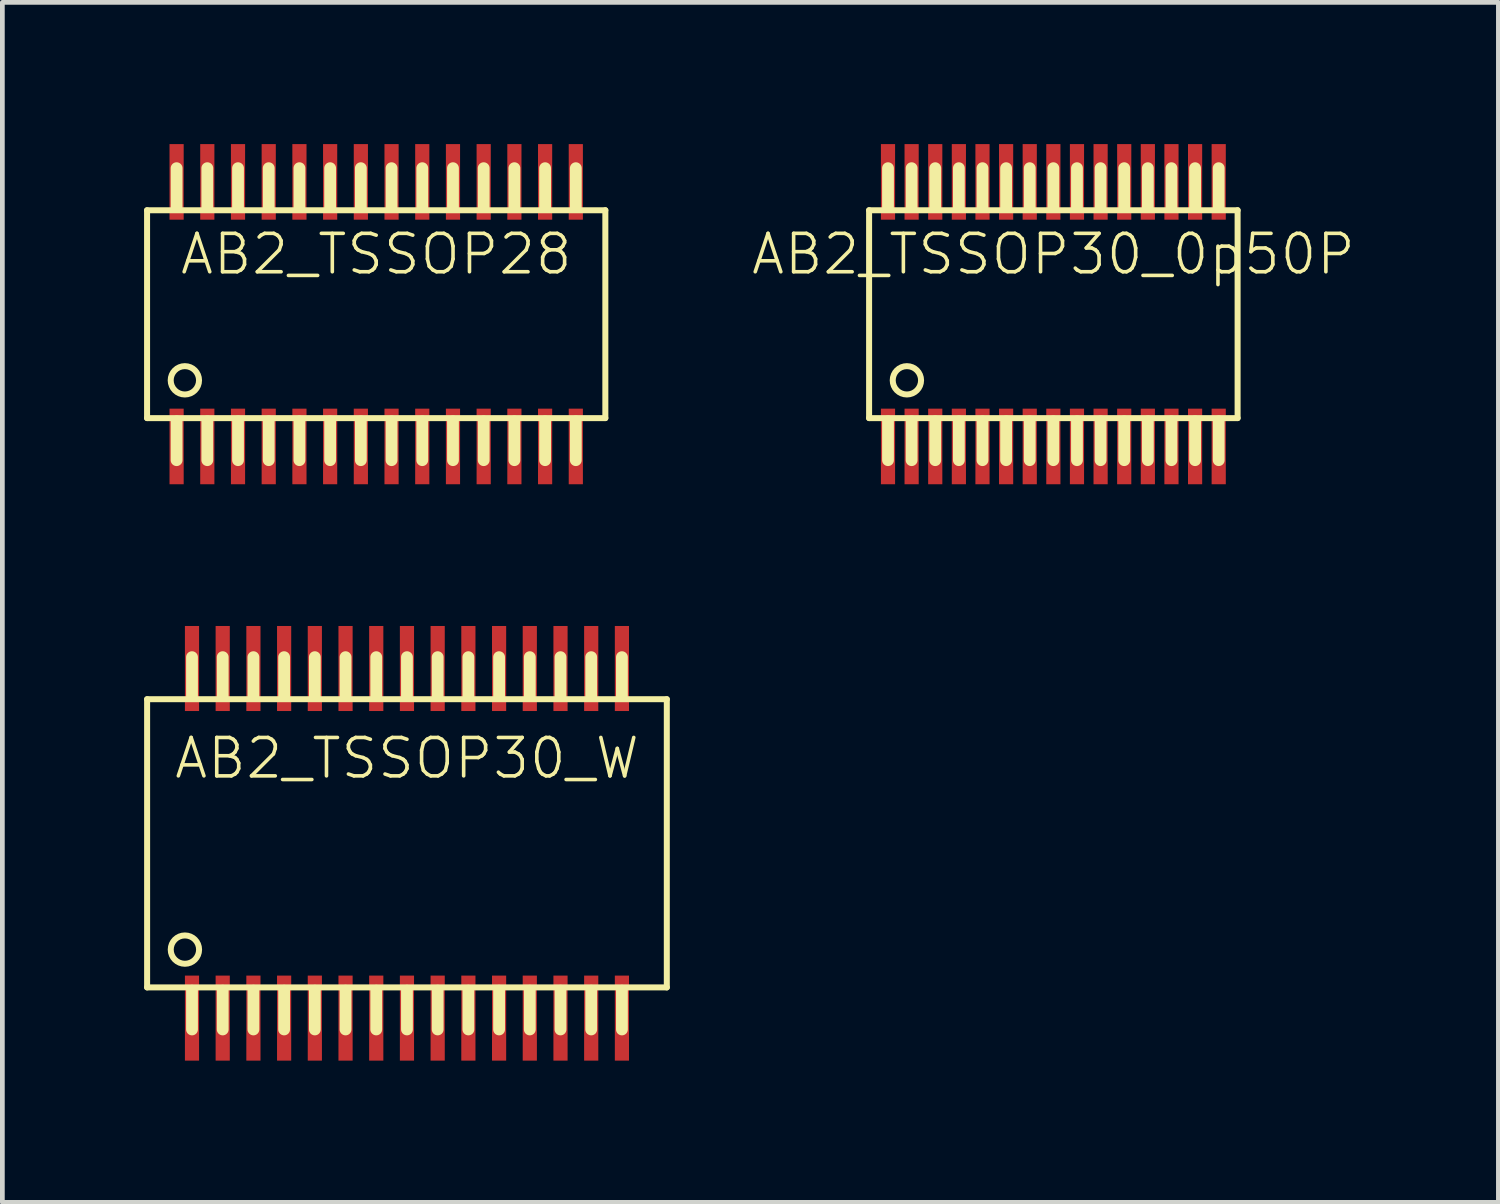
<source format=kicad_pcb>
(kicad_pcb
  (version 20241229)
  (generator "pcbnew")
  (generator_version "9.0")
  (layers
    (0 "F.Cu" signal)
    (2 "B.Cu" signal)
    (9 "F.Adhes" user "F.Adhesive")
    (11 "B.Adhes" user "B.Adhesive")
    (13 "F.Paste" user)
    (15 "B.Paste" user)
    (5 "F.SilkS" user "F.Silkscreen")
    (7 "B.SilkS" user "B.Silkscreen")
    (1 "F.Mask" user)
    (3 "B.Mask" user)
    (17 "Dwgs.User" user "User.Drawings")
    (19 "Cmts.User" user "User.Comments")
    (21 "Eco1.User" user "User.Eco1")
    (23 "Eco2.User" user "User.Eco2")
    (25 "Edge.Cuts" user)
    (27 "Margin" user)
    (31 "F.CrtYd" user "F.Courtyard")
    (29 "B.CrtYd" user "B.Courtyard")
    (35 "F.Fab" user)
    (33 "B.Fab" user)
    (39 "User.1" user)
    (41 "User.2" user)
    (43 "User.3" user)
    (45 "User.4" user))
  (footprint "AB2_TSSOP28"
    (layer "F.Cu")
    (at 4.913 3.6)
    (property "Reference" "AB2_TSSOP28" (at 0 -1.27 0) (layer "F.SilkS") (effects (font (size 0.813 0.813) (thickness 0.076))))
    (attr through_hole)
    (fp_line (start -4.85 -2.2) (end 4.85 -2.2) (stroke (width 0.127) (type solid)) (layer "F.SilkS"))
    (fp_line (start -4.85 2.2) (end -4.85 -2.2) (stroke (width 0.127) (type solid)) (layer "F.SilkS"))
    (fp_line (start -4.225 -2.27) (end -4.225 -3.09) (stroke (width 0.25) (type solid)) (layer "F.SilkS"))
    (fp_line (start -4.225 2.27) (end -4.225 3.09) (stroke (width 0.25) (type solid)) (layer "F.SilkS"))
    (fp_line (start -3.575 -2.27) (end -3.575 -3.09) (stroke (width 0.25) (type solid)) (layer "F.SilkS"))
    (fp_line (start -3.575 2.27) (end -3.575 3.09) (stroke (width 0.25) (type solid)) (layer "F.SilkS"))
    (fp_line (start -2.925 -2.27) (end -2.925 -3.09) (stroke (width 0.25) (type solid)) (layer "F.SilkS"))
    (fp_line (start -2.925 2.27) (end -2.925 3.09) (stroke (width 0.25) (type solid)) (layer "F.SilkS"))
    (fp_line (start -2.275 -2.27) (end -2.275 -3.09) (stroke (width 0.25) (type solid)) (layer "F.SilkS"))
    (fp_line (start -2.275 2.27) (end -2.275 3.09) (stroke (width 0.25) (type solid)) (layer "F.SilkS"))
    (fp_line (start -1.625 -2.27) (end -1.625 -3.09) (stroke (width 0.25) (type solid)) (layer "F.SilkS"))
    (fp_line (start -1.625 2.27) (end -1.625 3.09) (stroke (width 0.25) (type solid)) (layer "F.SilkS"))
    (fp_line (start -0.975 -2.27) (end -0.975 -3.09) (stroke (width 0.25) (type solid)) (layer "F.SilkS"))
    (fp_line (start -0.975 2.27) (end -0.975 3.09) (stroke (width 0.25) (type solid)) (layer "F.SilkS"))
    (fp_line (start -0.325 -2.27) (end -0.325 -3.09) (stroke (width 0.25) (type solid)) (layer "F.SilkS"))
    (fp_line (start -0.325 2.27) (end -0.325 3.09) (stroke (width 0.25) (type solid)) (layer "F.SilkS"))
    (fp_line (start 0.325 -2.27) (end 0.325 -3.09) (stroke (width 0.25) (type solid)) (layer "F.SilkS"))
    (fp_line (start 0.325 2.27) (end 0.325 3.09) (stroke (width 0.25) (type solid)) (layer "F.SilkS"))
    (fp_line (start 0.975 -2.27) (end 0.975 -3.09) (stroke (width 0.25) (type solid)) (layer "F.SilkS"))
    (fp_line (start 0.975 2.27) (end 0.975 3.09) (stroke (width 0.25) (type solid)) (layer "F.SilkS"))
    (fp_line (start 1.625 -2.27) (end 1.625 -3.09) (stroke (width 0.25) (type solid)) (layer "F.SilkS"))
    (fp_line (start 1.625 2.27) (end 1.625 3.09) (stroke (width 0.25) (type solid)) (layer "F.SilkS"))
    (fp_line (start 2.275 -2.27) (end 2.275 -3.09) (stroke (width 0.25) (type solid)) (layer "F.SilkS"))
    (fp_line (start 2.275 2.27) (end 2.275 3.09) (stroke (width 0.25) (type solid)) (layer "F.SilkS"))
    (fp_line (start 2.925 -2.27) (end 2.925 -3.09) (stroke (width 0.25) (type solid)) (layer "F.SilkS"))
    (fp_line (start 2.925 2.27) (end 2.925 3.09) (stroke (width 0.25) (type solid)) (layer "F.SilkS"))
    (fp_line (start 3.575 -2.27) (end 3.575 -3.09) (stroke (width 0.25) (type solid)) (layer "F.SilkS"))
    (fp_line (start 3.575 2.27) (end 3.575 3.09) (stroke (width 0.25) (type solid)) (layer "F.SilkS"))
    (fp_line (start 4.225 -2.27) (end 4.225 -3.09) (stroke (width 0.25) (type solid)) (layer "F.SilkS"))
    (fp_line (start 4.225 2.27) (end 4.225 3.09) (stroke (width 0.25) (type solid)) (layer "F.SilkS"))
    (fp_line (start 4.85 -2.2) (end 4.85 2.2) (stroke (width 0.127) (type solid)) (layer "F.SilkS"))
    (fp_line (start 4.85 2.2) (end -4.85 2.2) (stroke (width 0.127) (type solid)) (layer "F.SilkS"))
    (fp_circle (center -4.05 1.4) (end -4.05 1.1) (stroke (width 0.127) (type solid)) (fill no) (layer "F.SilkS"))
    (pad "1" smd rect (at -4.225 2.8) (size 0.3 1.6) (layers "F.Cu" "F.Mask" "F.Paste"))
    (pad "2" smd rect (at -3.575 2.8) (size 0.3 1.6) (layers "F.Cu" "F.Mask" "F.Paste"))
    (pad "3" smd rect (at -2.925 2.8) (size 0.3 1.6) (layers "F.Cu" "F.Mask" "F.Paste"))
    (pad "4" smd rect (at -2.275 2.8) (size 0.3 1.6) (layers "F.Cu" "F.Mask" "F.Paste"))
    (pad "5" smd rect (at -1.625 2.8) (size 0.3 1.6) (layers "F.Cu" "F.Mask" "F.Paste"))
    (pad "6" smd rect (at -0.975 2.8) (size 0.3 1.6) (layers "F.Cu" "F.Mask" "F.Paste"))
    (pad "7" smd rect (at -0.325 2.8) (size 0.3 1.6) (layers "F.Cu" "F.Mask" "F.Paste"))
    (pad "8" smd rect (at 0.325 2.8) (size 0.3 1.6) (layers "F.Cu" "F.Mask" "F.Paste"))
    (pad "9" smd rect (at 0.975 2.8) (size 0.3 1.6) (layers "F.Cu" "F.Mask" "F.Paste"))
    (pad "10" smd rect (at 1.625 2.8) (size 0.3 1.6) (layers "F.Cu" "F.Mask" "F.Paste"))
    (pad "11" smd rect (at 2.275 2.8) (size 0.3 1.6) (layers "F.Cu" "F.Mask" "F.Paste"))
    (pad "12" smd rect (at 2.925 2.8) (size 0.3 1.6) (layers "F.Cu" "F.Mask" "F.Paste"))
    (pad "13" smd rect (at 3.575 2.8) (size 0.3 1.6) (layers "F.Cu" "F.Mask" "F.Paste"))
    (pad "14" smd rect (at 4.225 2.8) (size 0.3 1.6) (layers "F.Cu" "F.Mask" "F.Paste"))
    (pad "15" smd rect (at 4.225 -2.8) (size 0.3 1.6) (layers "F.Cu" "F.Mask" "F.Paste"))
    (pad "16" smd rect (at 3.575 -2.8) (size 0.3 1.6) (layers "F.Cu" "F.Mask" "F.Paste"))
    (pad "17" smd rect (at 2.925 -2.8) (size 0.3 1.6) (layers "F.Cu" "F.Mask" "F.Paste"))
    (pad "18" smd rect (at 2.275 -2.8) (size 0.3 1.6) (layers "F.Cu" "F.Mask" "F.Paste"))
    (pad "19" smd rect (at 1.625 -2.8) (size 0.3 1.6) (layers "F.Cu" "F.Mask" "F.Paste"))
    (pad "20" smd rect (at 0.975 -2.8) (size 0.3 1.6) (layers "F.Cu" "F.Mask" "F.Paste"))
    (pad "21" smd rect (at 0.325 -2.8) (size 0.3 1.6) (layers "F.Cu" "F.Mask" "F.Paste"))
    (pad "22" smd rect (at -0.325 -2.8) (size 0.3 1.6) (layers "F.Cu" "F.Mask" "F.Paste"))
    (pad "23" smd rect (at -0.975 -2.8) (size 0.3 1.6) (layers "F.Cu" "F.Mask" "F.Paste"))
    (pad "24" smd rect (at -1.625 -2.8) (size 0.3 1.6) (layers "F.Cu" "F.Mask" "F.Paste"))
    (pad "25" smd rect (at -2.275 -2.8) (size 0.3 1.6) (layers "F.Cu" "F.Mask" "F.Paste"))
    (pad "26" smd rect (at -2.925 -2.8) (size 0.3 1.6) (layers "F.Cu" "F.Mask" "F.Paste"))
    (pad "27" smd rect (at -3.575 -2.8) (size 0.3 1.6) (layers "F.Cu" "F.Mask" "F.Paste"))
    (pad "28" smd rect (at -4.225 -2.8) (size 0.3 1.6) (layers "F.Cu" "F.Mask" "F.Paste")))
  (footprint "AB2_TSSOP30_0p50P"
    (layer "F.Cu")
    (at 19.246 3.6)
    (property "Reference" "AB2_TSSOP30_0p50P" (at 0 -1.27 0) (layer "F.SilkS") (effects (font (size 0.813 0.813) (thickness 0.076))))
    (attr through_hole)
    (fp_line (start -3.9 -2.2) (end -3.9 2.2) (stroke (width 0.127) (type solid)) (layer "F.SilkS"))
    (fp_line (start -3.9 -2.2) (end 3.9 -2.2) (stroke (width 0.127) (type solid)) (layer "F.SilkS"))
    (fp_line (start -3.9 2.2) (end 3.9 2.2) (stroke (width 0.127) (type solid)) (layer "F.SilkS"))
    (fp_line (start -3.5 -2.27) (end -3.5 -3.09) (stroke (width 0.25) (type solid)) (layer "F.SilkS"))
    (fp_line (start -3.5 2.27) (end -3.5 3.09) (stroke (width 0.25) (type solid)) (layer "F.SilkS"))
    (fp_line (start -3 -2.27) (end -3 -3.09) (stroke (width 0.25) (type solid)) (layer "F.SilkS"))
    (fp_line (start -3 2.27) (end -3 3.09) (stroke (width 0.25) (type solid)) (layer "F.SilkS"))
    (fp_line (start -2.5 -2.27) (end -2.5 -3.09) (stroke (width 0.25) (type solid)) (layer "F.SilkS"))
    (fp_line (start -2.5 2.27) (end -2.5 3.09) (stroke (width 0.25) (type solid)) (layer "F.SilkS"))
    (fp_line (start -2 -2.27) (end -2 -3.09) (stroke (width 0.25) (type solid)) (layer "F.SilkS"))
    (fp_line (start -2 2.27) (end -2 3.09) (stroke (width 0.25) (type solid)) (layer "F.SilkS"))
    (fp_line (start -1.5 -2.27) (end -1.5 -3.09) (stroke (width 0.25) (type solid)) (layer "F.SilkS"))
    (fp_line (start -1.5 2.27) (end -1.5 3.09) (stroke (width 0.25) (type solid)) (layer "F.SilkS"))
    (fp_line (start -1 -2.27) (end -1 -3.09) (stroke (width 0.25) (type solid)) (layer "F.SilkS"))
    (fp_line (start -1 2.27) (end -1 3.09) (stroke (width 0.25) (type solid)) (layer "F.SilkS"))
    (fp_line (start -0.5 -2.27) (end -0.5 -3.09) (stroke (width 0.25) (type solid)) (layer "F.SilkS"))
    (fp_line (start -0.5 2.27) (end -0.5 3.09) (stroke (width 0.25) (type solid)) (layer "F.SilkS"))
    (fp_line (start 0 -2.27) (end 0 -3.09) (stroke (width 0.25) (type solid)) (layer "F.SilkS"))
    (fp_line (start 0 2.27) (end 0 3.09) (stroke (width 0.25) (type solid)) (layer "F.SilkS"))
    (fp_line (start 0.5 -2.27) (end 0.5 -3.09) (stroke (width 0.25) (type solid)) (layer "F.SilkS"))
    (fp_line (start 0.5 2.27) (end 0.5 3.09) (stroke (width 0.25) (type solid)) (layer "F.SilkS"))
    (fp_line (start 1 -2.27) (end 1 -3.09) (stroke (width 0.25) (type solid)) (layer "F.SilkS"))
    (fp_line (start 1 2.27) (end 1 3.09) (stroke (width 0.25) (type solid)) (layer "F.SilkS"))
    (fp_line (start 1.5 -2.27) (end 1.5 -3.09) (stroke (width 0.25) (type solid)) (layer "F.SilkS"))
    (fp_line (start 1.5 2.27) (end 1.5 3.09) (stroke (width 0.25) (type solid)) (layer "F.SilkS"))
    (fp_line (start 2 -2.27) (end 2 -3.09) (stroke (width 0.25) (type solid)) (layer "F.SilkS"))
    (fp_line (start 2 2.27) (end 2 3.09) (stroke (width 0.25) (type solid)) (layer "F.SilkS"))
    (fp_line (start 2.5 -2.27) (end 2.5 -3.09) (stroke (width 0.25) (type solid)) (layer "F.SilkS"))
    (fp_line (start 2.5 2.27) (end 2.5 3.09) (stroke (width 0.25) (type solid)) (layer "F.SilkS"))
    (fp_line (start 3 -2.27) (end 3 -3.09) (stroke (width 0.25) (type solid)) (layer "F.SilkS"))
    (fp_line (start 3 2.27) (end 3 3.09) (stroke (width 0.25) (type solid)) (layer "F.SilkS"))
    (fp_line (start 3.5 -2.27) (end 3.5 -3.09) (stroke (width 0.25) (type solid)) (layer "F.SilkS"))
    (fp_line (start 3.5 2.27) (end 3.5 3.09) (stroke (width 0.25) (type solid)) (layer "F.SilkS"))
    (fp_line (start 3.9 -2.2) (end 3.9 2.2) (stroke (width 0.127) (type solid)) (layer "F.SilkS"))
    (fp_circle (center -3.1 1.4) (end -3.1 1.1) (stroke (width 0.127) (type solid)) (fill no) (layer "F.SilkS"))
    (pad "1" smd rect (at -3.5 2.8) (size 0.3 1.6) (layers "F.Cu" "F.Mask" "F.Paste"))
    (pad "2" smd rect (at -3 2.8) (size 0.3 1.6) (layers "F.Cu" "F.Mask" "F.Paste"))
    (pad "3" smd rect (at -2.5 2.8) (size 0.3 1.6) (layers "F.Cu" "F.Mask" "F.Paste"))
    (pad "4" smd rect (at -2 2.8) (size 0.3 1.6) (layers "F.Cu" "F.Mask" "F.Paste"))
    (pad "5" smd rect (at -1.5 2.8) (size 0.3 1.6) (layers "F.Cu" "F.Mask" "F.Paste"))
    (pad "6" smd rect (at -1 2.8) (size 0.3 1.6) (layers "F.Cu" "F.Mask" "F.Paste"))
    (pad "7" smd rect (at -0.5 2.8) (size 0.3 1.6) (layers "F.Cu" "F.Mask" "F.Paste"))
    (pad "8" smd rect (at 0 2.8) (size 0.3 1.6) (layers "F.Cu" "F.Mask" "F.Paste"))
    (pad "9" smd rect (at 0.5 2.8) (size 0.3 1.6) (layers "F.Cu" "F.Mask" "F.Paste"))
    (pad "10" smd rect (at 1 2.8) (size 0.3 1.6) (layers "F.Cu" "F.Mask" "F.Paste"))
    (pad "11" smd rect (at 1.5 2.8) (size 0.3 1.6) (layers "F.Cu" "F.Mask" "F.Paste"))
    (pad "12" smd rect (at 2 2.8) (size 0.3 1.6) (layers "F.Cu" "F.Mask" "F.Paste"))
    (pad "13" smd rect (at 2.5 2.8) (size 0.3 1.6) (layers "F.Cu" "F.Mask" "F.Paste"))
    (pad "14" smd rect (at 3 2.8) (size 0.3 1.6) (layers "F.Cu" "F.Mask" "F.Paste"))
    (pad "15" smd rect (at 3.5 2.8) (size 0.3 1.6) (layers "F.Cu" "F.Mask" "F.Paste"))
    (pad "16" smd rect (at 3.5 -2.8) (size 0.3 1.6) (layers "F.Cu" "F.Mask" "F.Paste"))
    (pad "17" smd rect (at 3 -2.8) (size 0.3 1.6) (layers "F.Cu" "F.Mask" "F.Paste"))
    (pad "18" smd rect (at 2.5 -2.8) (size 0.3 1.6) (layers "F.Cu" "F.Mask" "F.Paste"))
    (pad "19" smd rect (at 2 -2.8) (size 0.3 1.6) (layers "F.Cu" "F.Mask" "F.Paste"))
    (pad "20" smd rect (at 1.5 -2.8) (size 0.3 1.6) (layers "F.Cu" "F.Mask" "F.Paste"))
    (pad "21" smd rect (at 1 -2.8) (size 0.3 1.6) (layers "F.Cu" "F.Mask" "F.Paste"))
    (pad "22" smd rect (at 0.5 -2.8) (size 0.3 1.6) (layers "F.Cu" "F.Mask" "F.Paste"))
    (pad "23" smd rect (at 0 -2.8) (size 0.3 1.6) (layers "F.Cu" "F.Mask" "F.Paste"))
    (pad "24" smd rect (at -0.5 -2.8) (size 0.3 1.6) (layers "F.Cu" "F.Mask" "F.Paste"))
    (pad "25" smd rect (at -1 -2.8) (size 0.3 1.6) (layers "F.Cu" "F.Mask" "F.Paste"))
    (pad "26" smd rect (at -1.5 -2.8) (size 0.3 1.6) (layers "F.Cu" "F.Mask" "F.Paste"))
    (pad "27" smd rect (at -2 -2.8) (size 0.3 1.6) (layers "F.Cu" "F.Mask" "F.Paste"))
    (pad "28" smd rect (at -2.5 -2.8) (size 0.3 1.6) (layers "F.Cu" "F.Mask" "F.Paste"))
    (pad "29" smd rect (at -3 -2.8) (size 0.3 1.6) (layers "F.Cu" "F.Mask" "F.Paste"))
    (pad "30" smd rect (at -3.5 -2.8) (size 0.3 1.6) (layers "F.Cu" "F.Mask" "F.Paste")))
  (footprint "AB2_TSSOP30_W"
    (layer "F.Cu")
    (at 5.564 14.8)
    (property "Reference" "AB2_TSSOP30_W" (at 0 -1.8 0) (layer "F.SilkS") (effects (font (size 0.813 0.813) (thickness 0.076))))
    (attr through_hole)
    (fp_line (start -5.5 -3.05) (end 5.5 -3.05) (stroke (width 0.127) (type solid)) (layer "F.SilkS"))
    (fp_line (start -5.5 3.05) (end -5.5 -3.05) (stroke (width 0.127) (type solid)) (layer "F.SilkS"))
    (fp_line (start -4.55 -3.12) (end -4.55 -3.94) (stroke (width 0.25) (type solid)) (layer "F.SilkS"))
    (fp_line (start -4.55 3.12) (end -4.55 3.94) (stroke (width 0.25) (type solid)) (layer "F.SilkS"))
    (fp_line (start -3.9 -3.12) (end -3.9 -3.94) (stroke (width 0.25) (type solid)) (layer "F.SilkS"))
    (fp_line (start -3.9 3.12) (end -3.9 3.94) (stroke (width 0.25) (type solid)) (layer "F.SilkS"))
    (fp_line (start -3.25 -3.12) (end -3.25 -3.94) (stroke (width 0.25) (type solid)) (layer "F.SilkS"))
    (fp_line (start -3.25 3.12) (end -3.25 3.94) (stroke (width 0.25) (type solid)) (layer "F.SilkS"))
    (fp_line (start -2.6 -3.12) (end -2.6 -3.94) (stroke (width 0.25) (type solid)) (layer "F.SilkS"))
    (fp_line (start -2.6 3.12) (end -2.6 3.94) (stroke (width 0.25) (type solid)) (layer "F.SilkS"))
    (fp_line (start -1.95 -3.12) (end -1.95 -3.94) (stroke (width 0.25) (type solid)) (layer "F.SilkS"))
    (fp_line (start -1.95 3.12) (end -1.95 3.94) (stroke (width 0.25) (type solid)) (layer "F.SilkS"))
    (fp_line (start -1.3 -3.12) (end -1.3 -3.94) (stroke (width 0.25) (type solid)) (layer "F.SilkS"))
    (fp_line (start -1.3 3.12) (end -1.3 3.94) (stroke (width 0.25) (type solid)) (layer "F.SilkS"))
    (fp_line (start -0.65 -3.12) (end -0.65 -3.94) (stroke (width 0.25) (type solid)) (layer "F.SilkS"))
    (fp_line (start -0.65 3.12) (end -0.65 3.94) (stroke (width 0.25) (type solid)) (layer "F.SilkS"))
    (fp_line (start 0 -3.12) (end 0 -3.94) (stroke (width 0.25) (type solid)) (layer "F.SilkS"))
    (fp_line (start 0 3.12) (end 0 3.94) (stroke (width 0.25) (type solid)) (layer "F.SilkS"))
    (fp_line (start 0.65 -3.12) (end 0.65 -3.94) (stroke (width 0.25) (type solid)) (layer "F.SilkS"))
    (fp_line (start 0.65 3.12) (end 0.65 3.94) (stroke (width 0.25) (type solid)) (layer "F.SilkS"))
    (fp_line (start 1.3 -3.12) (end 1.3 -3.94) (stroke (width 0.25) (type solid)) (layer "F.SilkS"))
    (fp_line (start 1.3 3.12) (end 1.3 3.94) (stroke (width 0.25) (type solid)) (layer "F.SilkS"))
    (fp_line (start 1.95 -3.12) (end 1.95 -3.94) (stroke (width 0.25) (type solid)) (layer "F.SilkS"))
    (fp_line (start 1.95 3.12) (end 1.95 3.94) (stroke (width 0.25) (type solid)) (layer "F.SilkS"))
    (fp_line (start 2.6 -3.12) (end 2.6 -3.94) (stroke (width 0.25) (type solid)) (layer "F.SilkS"))
    (fp_line (start 2.6 3.12) (end 2.6 3.94) (stroke (width 0.25) (type solid)) (layer "F.SilkS"))
    (fp_line (start 3.25 -3.12) (end 3.25 -3.94) (stroke (width 0.25) (type solid)) (layer "F.SilkS"))
    (fp_line (start 3.25 3.12) (end 3.25 3.94) (stroke (width 0.25) (type solid)) (layer "F.SilkS"))
    (fp_line (start 3.9 -3.12) (end 3.9 -3.94) (stroke (width 0.25) (type solid)) (layer "F.SilkS"))
    (fp_line (start 3.9 3.12) (end 3.9 3.94) (stroke (width 0.25) (type solid)) (layer "F.SilkS"))
    (fp_line (start 4.55 -3.12) (end 4.55 -3.94) (stroke (width 0.25) (type solid)) (layer "F.SilkS"))
    (fp_line (start 4.55 3.12) (end 4.55 3.94) (stroke (width 0.25) (type solid)) (layer "F.SilkS"))
    (fp_line (start 5.5 -3.05) (end 5.5 3.05) (stroke (width 0.127) (type solid)) (layer "F.SilkS"))
    (fp_line (start 5.5 3.05) (end -5.5 3.05) (stroke (width 0.127) (type solid)) (layer "F.SilkS"))
    (fp_circle (center -4.7 2.25) (end -4.7 1.95) (stroke (width 0.127) (type solid)) (fill no) (layer "F.SilkS"))
    (pad "1" smd rect (at -4.55 3.7) (size 0.3 1.8) (layers "F.Cu" "F.Mask" "F.Paste"))
    (pad "2" smd rect (at -3.9 3.7) (size 0.3 1.8) (layers "F.Cu" "F.Mask" "F.Paste"))
    (pad "3" smd rect (at -3.25 3.7) (size 0.3 1.8) (layers "F.Cu" "F.Mask" "F.Paste"))
    (pad "4" smd rect (at -2.6 3.7) (size 0.3 1.8) (layers "F.Cu" "F.Mask" "F.Paste"))
    (pad "5" smd rect (at -1.95 3.7) (size 0.3 1.8) (layers "F.Cu" "F.Mask" "F.Paste"))
    (pad "6" smd rect (at -1.3 3.7) (size 0.3 1.8) (layers "F.Cu" "F.Mask" "F.Paste"))
    (pad "7" smd rect (at -0.65 3.7) (size 0.3 1.8) (layers "F.Cu" "F.Mask" "F.Paste"))
    (pad "8" smd rect (at 0 3.7) (size 0.3 1.8) (layers "F.Cu" "F.Mask" "F.Paste"))
    (pad "9" smd rect (at 0.65 3.7) (size 0.3 1.8) (layers "F.Cu" "F.Mask" "F.Paste"))
    (pad "10" smd rect (at 1.3 3.7) (size 0.3 1.8) (layers "F.Cu" "F.Mask" "F.Paste"))
    (pad "11" smd rect (at 1.95 3.7) (size 0.3 1.8) (layers "F.Cu" "F.Mask" "F.Paste"))
    (pad "12" smd rect (at 2.6 3.7) (size 0.3 1.8) (layers "F.Cu" "F.Mask" "F.Paste"))
    (pad "13" smd rect (at 3.25 3.7) (size 0.3 1.8) (layers "F.Cu" "F.Mask" "F.Paste"))
    (pad "14" smd rect (at 3.9 3.7) (size 0.3 1.8) (layers "F.Cu" "F.Mask" "F.Paste"))
    (pad "15" smd rect (at 4.55 3.7) (size 0.3 1.8) (layers "F.Cu" "F.Mask" "F.Paste"))
    (pad "16" smd rect (at 4.55 -3.7) (size 0.3 1.8) (layers "F.Cu" "F.Mask" "F.Paste"))
    (pad "17" smd rect (at 3.9 -3.7) (size 0.3 1.8) (layers "F.Cu" "F.Mask" "F.Paste"))
    (pad "18" smd rect (at 3.25 -3.7) (size 0.3 1.8) (layers "F.Cu" "F.Mask" "F.Paste"))
    (pad "19" smd rect (at 2.6 -3.7) (size 0.3 1.8) (layers "F.Cu" "F.Mask" "F.Paste"))
    (pad "20" smd rect (at 1.95 -3.7) (size 0.3 1.8) (layers "F.Cu" "F.Mask" "F.Paste"))
    (pad "21" smd rect (at 1.3 -3.7) (size 0.3 1.8) (layers "F.Cu" "F.Mask" "F.Paste"))
    (pad "22" smd rect (at 0.65 -3.7) (size 0.3 1.8) (layers "F.Cu" "F.Mask" "F.Paste"))
    (pad "23" smd rect (at 0 -3.7) (size 0.3 1.8) (layers "F.Cu" "F.Mask" "F.Paste"))
    (pad "24" smd rect (at -0.65 -3.7) (size 0.3 1.8) (layers "F.Cu" "F.Mask" "F.Paste"))
    (pad "25" smd rect (at -1.3 -3.7) (size 0.3 1.8) (layers "F.Cu" "F.Mask" "F.Paste"))
    (pad "26" smd rect (at -1.95 -3.7) (size 0.3 1.8) (layers "F.Cu" "F.Mask" "F.Paste"))
    (pad "27" smd rect (at -2.6 -3.7) (size 0.3 1.8) (layers "F.Cu" "F.Mask" "F.Paste"))
    (pad "28" smd rect (at -3.25 -3.7) (size 0.3 1.8) (layers "F.Cu" "F.Mask" "F.Paste"))
    (pad "29" smd rect (at -3.9 -3.7) (size 0.3 1.8) (layers "F.Cu" "F.Mask" "F.Paste"))
    (pad "30" smd rect (at -4.55 -3.7) (size 0.3 1.8) (layers "F.Cu" "F.Mask" "F.Paste")))
  (gr_rect
    (start -3 -3)
    (end 28.666 22.4)
    (stroke (width 0.1) (type default))
    (fill no)
    (layer "Edge.Cuts")))
</source>
